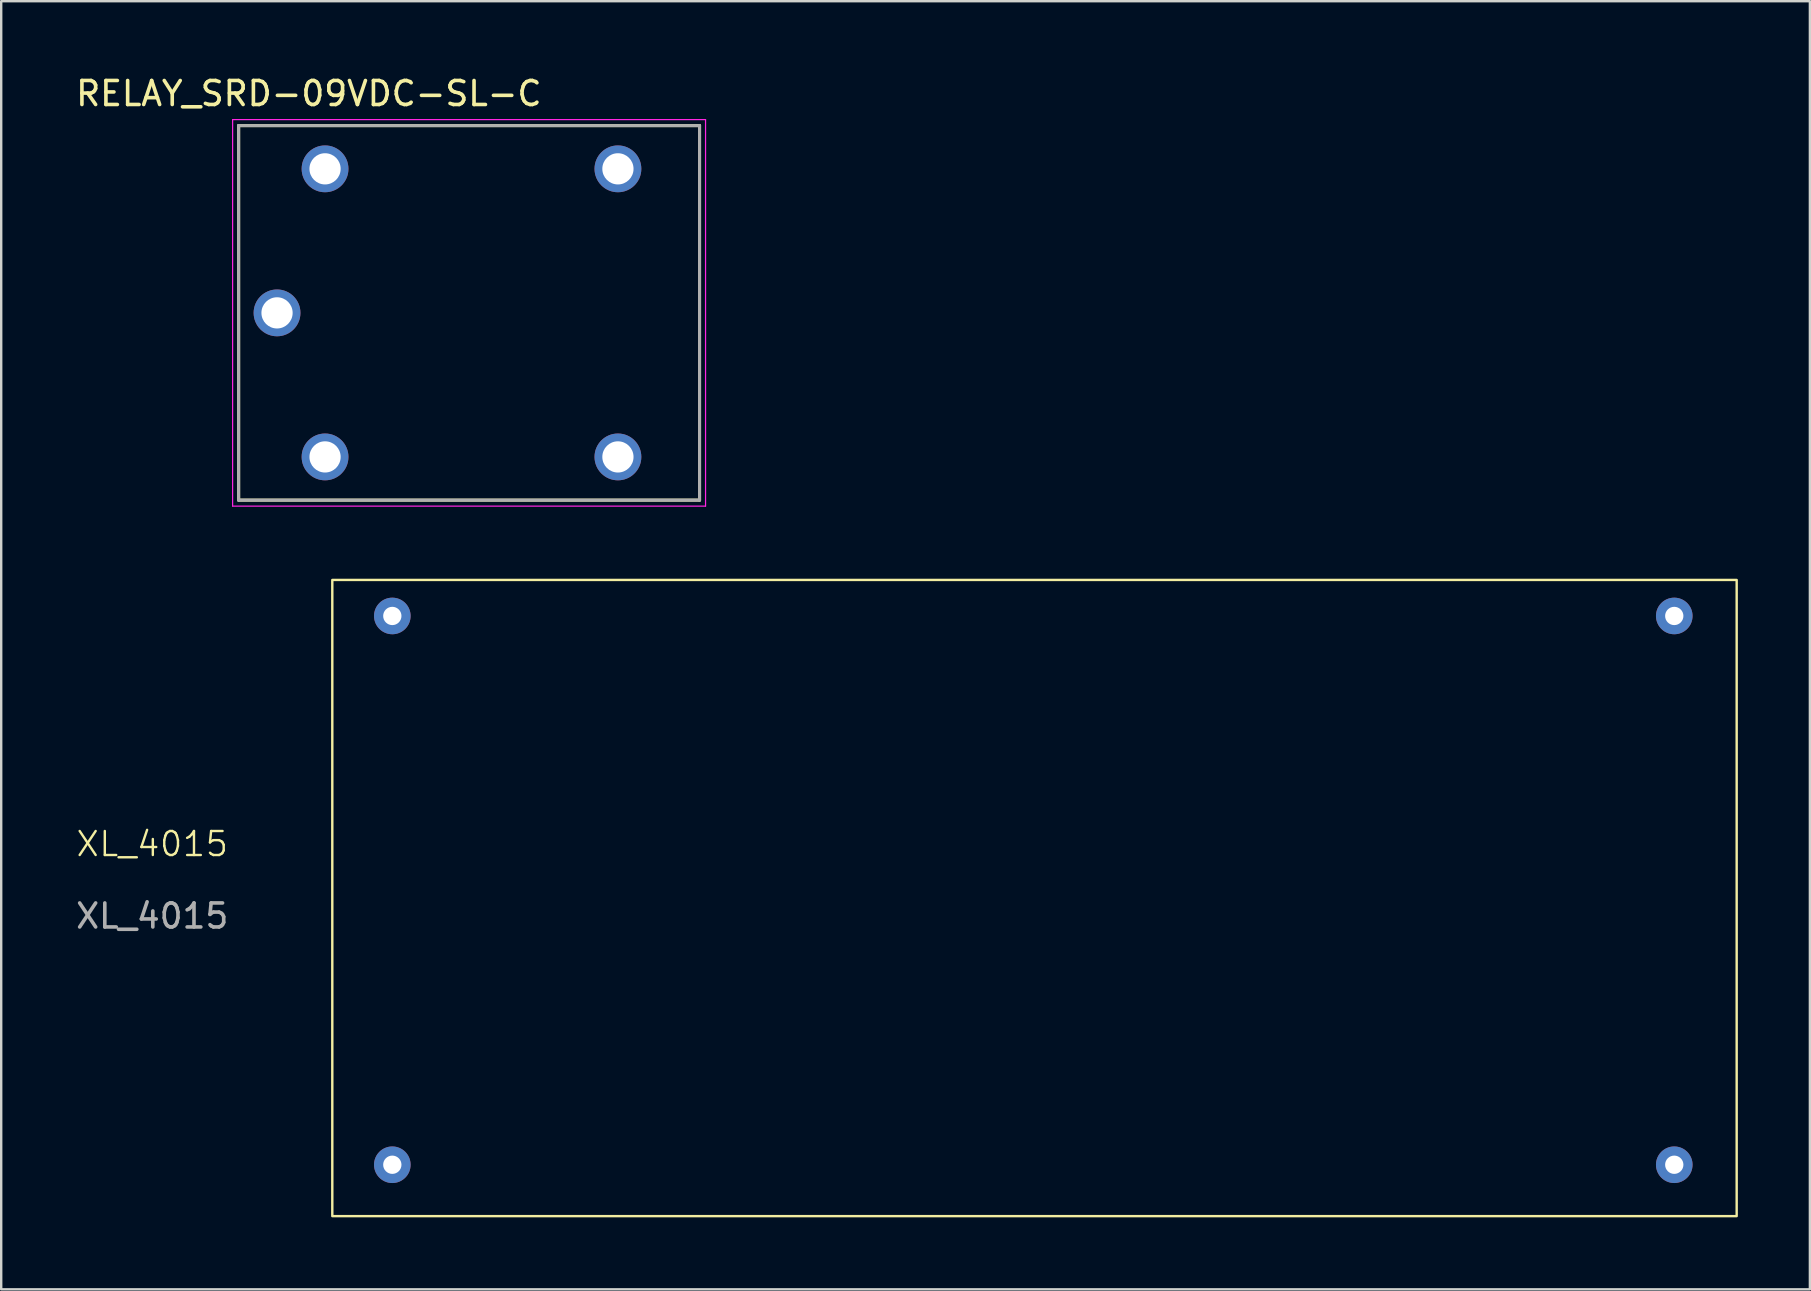
<source format=kicad_pcb>
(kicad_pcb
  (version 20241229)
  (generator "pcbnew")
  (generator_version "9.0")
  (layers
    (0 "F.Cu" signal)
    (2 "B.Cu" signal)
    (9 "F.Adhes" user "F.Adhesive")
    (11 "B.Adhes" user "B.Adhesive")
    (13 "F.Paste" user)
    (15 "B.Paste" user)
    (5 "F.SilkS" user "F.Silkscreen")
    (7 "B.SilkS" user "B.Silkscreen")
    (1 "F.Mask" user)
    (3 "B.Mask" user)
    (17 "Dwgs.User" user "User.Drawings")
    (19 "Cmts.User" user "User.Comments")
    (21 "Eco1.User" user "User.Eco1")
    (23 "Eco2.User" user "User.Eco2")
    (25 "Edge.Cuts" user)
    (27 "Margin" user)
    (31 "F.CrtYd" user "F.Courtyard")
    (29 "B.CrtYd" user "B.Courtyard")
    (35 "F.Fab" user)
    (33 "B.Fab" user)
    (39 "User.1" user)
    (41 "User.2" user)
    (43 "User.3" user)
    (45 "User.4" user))
  (footprint "XL_4015"
    (layer "F.Cu")
    (at 13.292 22.608)
    (property "Reference" "XL_4015" (at -10 9.5 0) (unlocked yes) (layer "F.SilkS") (effects (font (size 1 1) (thickness 0.1))))
    (attr through_hole)
    (fp_rect (start -2.5 -1.5) (end 56 25) (stroke (width 0.1) (type default)) (fill no) (layer "F.SilkS"))
    (fp_text user "${REFERENCE}" (at -10 12.5 0) (unlocked yes) (layer "F.Fab") (effects (font (size 1 1) (thickness 0.15))))
    (pad "1" thru_hole circle (at 0 0) (size 1.524 1.524) (drill 0.762) (layers "*.Cu" "*.Mask"))
    (pad "2" thru_hole circle (at 0 22.86) (size 1.524 1.524) (drill 0.762) (layers "*.Cu" "*.Mask"))
    (pad "3" thru_hole circle (at 53.4 22.86) (size 1.524 1.524) (drill 0.762) (layers "*.Cu" "*.Mask"))
    (pad "4" thru_hole circle (at 53.4 0) (size 1.524 1.524) (drill 0.762) (layers "*.Cu" "*.Mask")))
  (footprint "RELAY_SRD-09VDC-SL-C"
    (layer "F.Cu")
    (at 16.49 9.983)
    (property "Reference" "RELAY_SRD-09VDC-SL-C" (at -6.675 -9.135 0) (layer "F.SilkS") (effects (font (size 1 1) (thickness 0.15))))
    (attr through_hole)
    (fp_line (start -9.6 -7.8) (end 9.6 -7.8) (stroke (width 0.127) (type solid)) (layer "F.SilkS"))
    (fp_line (start -9.6 7.8) (end -9.6 -7.8) (stroke (width 0.127) (type solid)) (layer "F.SilkS"))
    (fp_line (start 9.6 -7.8) (end 9.6 7.8) (stroke (width 0.127) (type solid)) (layer "F.SilkS"))
    (fp_line (start 9.6 7.8) (end -9.6 7.8) (stroke (width 0.127) (type solid)) (layer "F.SilkS"))
    (fp_line (start -9.85 -8.05) (end 9.85 -8.05) (stroke (width 0.05) (type solid)) (layer "F.CrtYd"))
    (fp_line (start -9.85 8.05) (end -9.85 -8.05) (stroke (width 0.05) (type solid)) (layer "F.CrtYd"))
    (fp_line (start 9.85 -8.05) (end 9.85 8.05) (stroke (width 0.05) (type solid)) (layer "F.CrtYd"))
    (fp_line (start 9.85 8.05) (end -9.85 8.05) (stroke (width 0.05) (type solid)) (layer "F.CrtYd"))
    (fp_line (start -9.6 -7.8) (end 9.6 -7.8) (stroke (width 0.127) (type solid)) (layer "F.Fab"))
    (fp_line (start -9.6 7.8) (end -9.6 -7.8) (stroke (width 0.127) (type solid)) (layer "F.Fab"))
    (fp_line (start 9.6 -7.8) (end 9.6 7.8) (stroke (width 0.127) (type solid)) (layer "F.Fab"))
    (fp_line (start 9.6 7.8) (end -9.6 7.8) (stroke (width 0.127) (type solid)) (layer "F.Fab"))
    (pad "COIL1" thru_hole circle (at -6 -6) (size 1.95 1.95) (drill 1.3) (layers "*.Cu" "*.Mask"))
    (pad "COIL2" thru_hole circle (at -6 6) (size 1.95 1.95) (drill 1.3) (layers "*.Cu" "*.Mask"))
    (pad "COM" thru_hole circle (at -8 0) (size 1.95 1.95) (drill 1.3) (layers "*.Cu" "*.Mask"))
    (pad "NC" thru_hole circle (at 6.2 -6) (size 1.95 1.95) (drill 1.3) (layers "*.Cu" "*.Mask"))
    (pad "NO" thru_hole circle (at 6.2 6) (size 1.95 1.95) (drill 1.3) (layers "*.Cu" "*.Mask")))
  (gr_rect
    (start -3 -3)
    (end 72.342 50.658)
    (stroke (width 0.1) (type default))
    (fill no)
    (layer "Edge.Cuts")))
</source>
